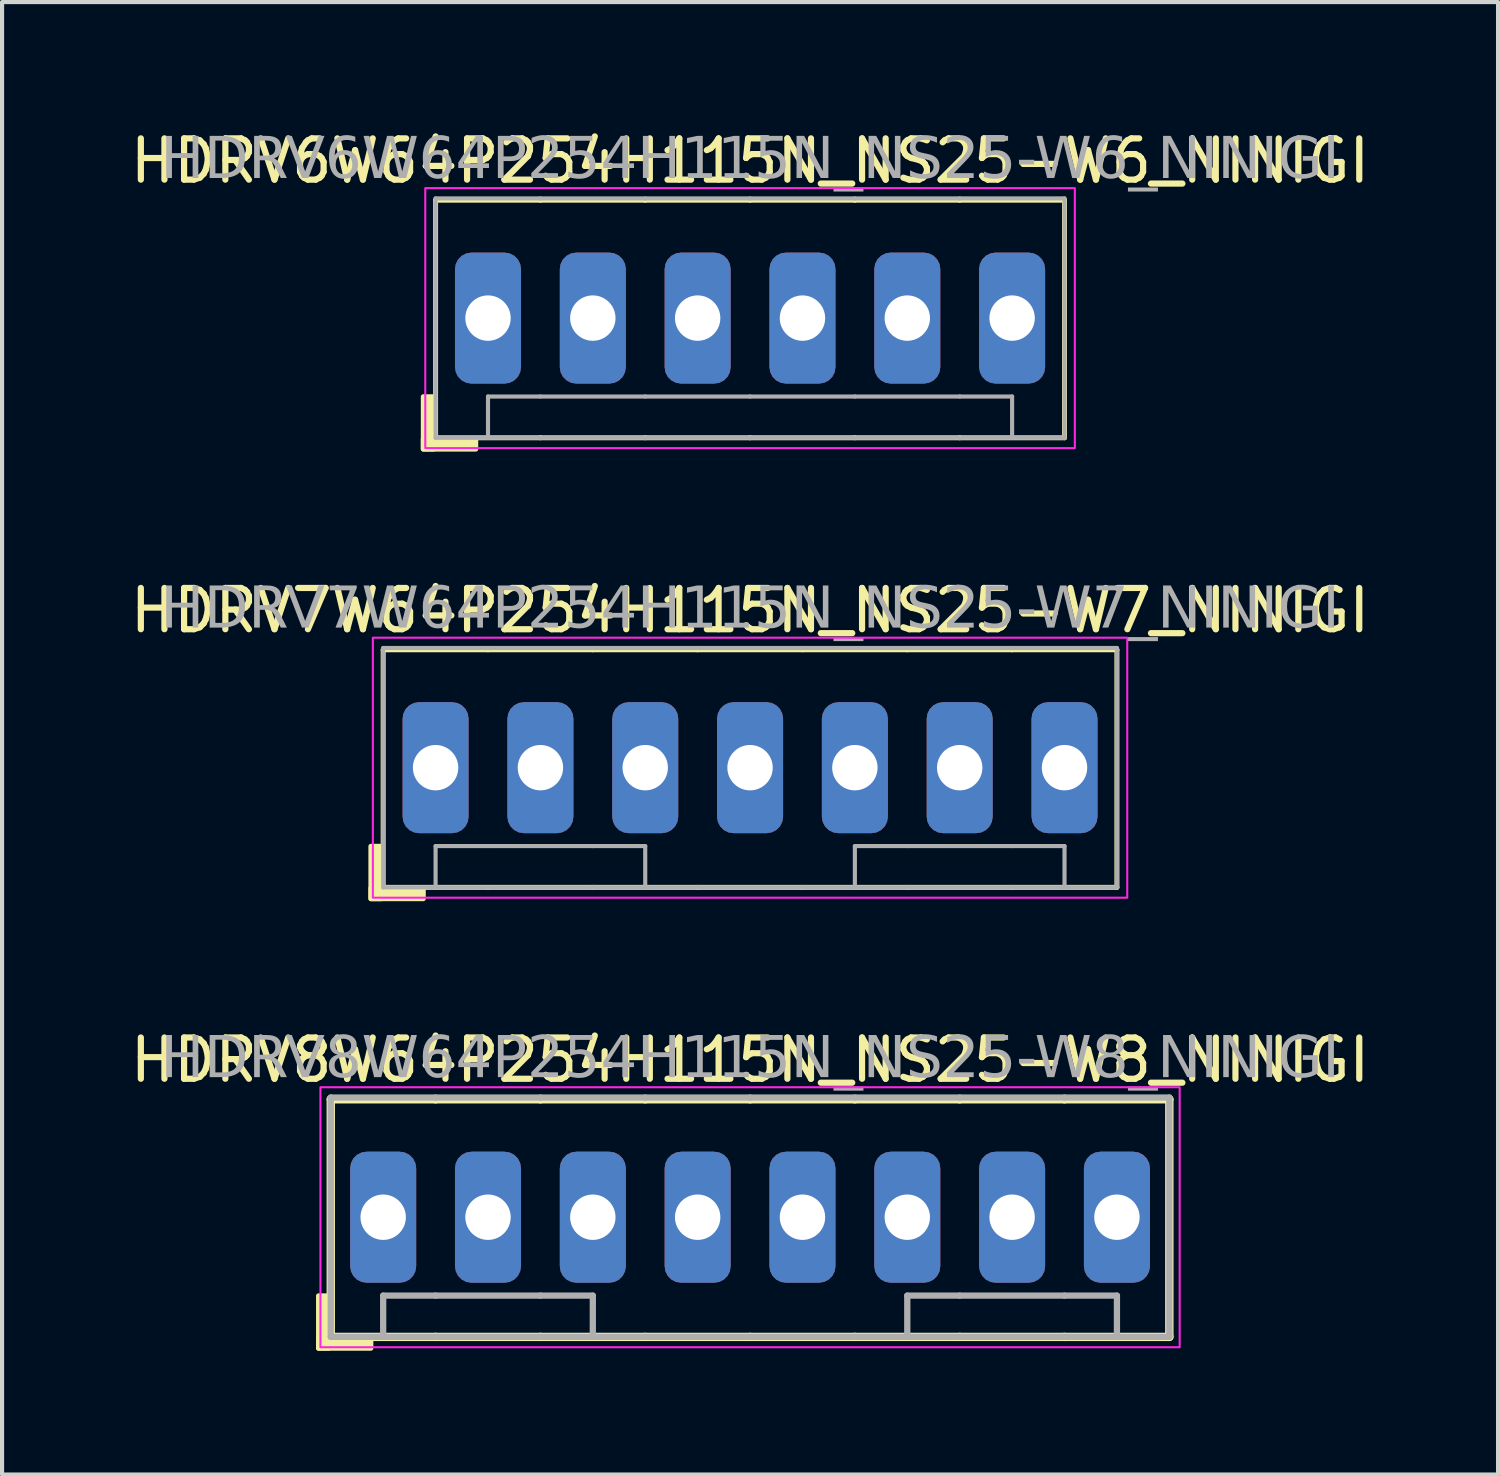
<source format=kicad_pcb>
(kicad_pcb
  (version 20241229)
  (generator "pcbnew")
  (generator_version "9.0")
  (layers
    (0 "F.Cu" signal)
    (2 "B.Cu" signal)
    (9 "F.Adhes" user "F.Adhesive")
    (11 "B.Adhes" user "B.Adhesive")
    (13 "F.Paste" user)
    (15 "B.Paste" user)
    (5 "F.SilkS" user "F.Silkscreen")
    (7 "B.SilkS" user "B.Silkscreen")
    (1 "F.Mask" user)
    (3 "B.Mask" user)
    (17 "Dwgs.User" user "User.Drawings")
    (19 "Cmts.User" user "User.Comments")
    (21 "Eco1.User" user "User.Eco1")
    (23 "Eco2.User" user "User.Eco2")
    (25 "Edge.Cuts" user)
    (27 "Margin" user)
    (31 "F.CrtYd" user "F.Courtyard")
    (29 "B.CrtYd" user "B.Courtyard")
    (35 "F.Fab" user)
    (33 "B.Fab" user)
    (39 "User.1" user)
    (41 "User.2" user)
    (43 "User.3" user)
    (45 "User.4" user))
  (footprint "HDRV6W64P254H115N_NS25-W6_NINIGI"
    (layer "F.Cu")
    (at 15.125 4.658)
    (property "Reference" "HDRV6W64P254H115N_NS25-W6_NINIGI" (at 0 -3.81 0) (layer "F.SilkS") (effects (font (size 1 1) (thickness 0.15))))
    (attr through_hole)
    (fp_line (start -7.62 -2.857) (end -5.08 -2.857) (stroke (width 0.12) (type solid)) (layer "F.SilkS"))
    (fp_line (start -7.62 2.9) (end -7.62 -2.857) (stroke (width 0.12) (type solid)) (layer "F.SilkS"))
    (fp_line (start -5.08 -2.857) (end -2.54 -2.857) (stroke (width 0.12) (type solid)) (layer "F.SilkS"))
    (fp_line (start -5.08 2.9) (end -7.62 2.9) (stroke (width 0.12) (type solid)) (layer "F.SilkS"))
    (fp_line (start -2.54 -2.857) (end 0 -2.857) (stroke (width 0.12) (type solid)) (layer "F.SilkS"))
    (fp_line (start -2.54 2.9) (end -5.08 2.9) (stroke (width 0.12) (type solid)) (layer "F.SilkS"))
    (fp_line (start 0 -2.857) (end 2.54 -2.857) (stroke (width 0.12) (type solid)) (layer "F.SilkS"))
    (fp_line (start 0 2.9) (end -2.54 2.9) (stroke (width 0.12) (type solid)) (layer "F.SilkS"))
    (fp_line (start 2.54 -2.857) (end 5.08 -2.857) (stroke (width 0.12) (type solid)) (layer "F.SilkS"))
    (fp_line (start 2.54 2.9) (end 0 2.9) (stroke (width 0.12) (type solid)) (layer "F.SilkS"))
    (fp_line (start 5.08 -2.857) (end 7.62 -2.857) (stroke (width 0.12) (type solid)) (layer "F.SilkS"))
    (fp_line (start 5.08 2.9) (end 2.54 2.9) (stroke (width 0.12) (type solid)) (layer "F.SilkS"))
    (fp_line (start 7.62 2.9) (end 5.08 2.9) (stroke (width 0.12) (type solid)) (layer "F.SilkS"))
    (fp_line (start 7.62 2.9) (end 7.62 -2.857) (stroke (width 0.12) (type solid)) (layer "F.SilkS"))
    (fp_rect (start -7.663 1.905) (end -7.918 3.175) (stroke (width 0.12) (type solid)) (fill yes) (layer "F.SilkS"))
    (fp_rect (start -6.647 3.175) (end -7.918 2.921) (stroke (width 0.12) (type solid)) (fill yes) (layer "F.SilkS"))
    (fp_rect (start -7.87 -3.15) (end 7.87 3.15) (stroke (width 0.05) (type default)) (fill no) (layer "F.CrtYd"))
    (fp_line (start -7.62 -2.9) (end -7.62 2.9) (stroke (width 0.1) (type solid)) (layer "F.Fab"))
    (fp_line (start -6.35 2.9) (end -6.35 1.9) (stroke (width 0.1) (type solid)) (layer "F.Fab"))
    (fp_line (start -5.08 -2.9) (end -7.62 -2.9) (stroke (width 0.1) (type solid)) (layer "F.Fab"))
    (fp_line (start -5.08 1.9) (end -6.35 1.9) (stroke (width 0.1) (type solid)) (layer "F.Fab"))
    (fp_line (start -5.08 2.9) (end -7.62 2.9) (stroke (width 0.1) (type solid)) (layer "F.Fab"))
    (fp_line (start -2.54 -2.9) (end -5.08 -2.9) (stroke (width 0.1) (type solid)) (layer "F.Fab"))
    (fp_line (start -2.54 1.9) (end -5.08 1.9) (stroke (width 0.1) (type solid)) (layer "F.Fab"))
    (fp_line (start -2.54 2.9) (end -5.08 2.9) (stroke (width 0.1) (type solid)) (layer "F.Fab"))
    (fp_line (start 0 -2.9) (end -2.54 -2.9) (stroke (width 0.1) (type solid)) (layer "F.Fab"))
    (fp_line (start 0 1.9) (end -2.54 1.9) (stroke (width 0.1) (type solid)) (layer "F.Fab"))
    (fp_line (start 0 2.9) (end -2.54 2.9) (stroke (width 0.1) (type solid)) (layer "F.Fab"))
    (fp_line (start 2.54 -2.9) (end 0 -2.9) (stroke (width 0.1) (type solid)) (layer "F.Fab"))
    (fp_line (start 2.54 1.9) (end 0 1.9) (stroke (width 0.1) (type solid)) (layer "F.Fab"))
    (fp_line (start 2.54 2.9) (end 0 2.9) (stroke (width 0.1) (type solid)) (layer "F.Fab"))
    (fp_line (start 5.08 -2.9) (end 2.54 -2.9) (stroke (width 0.1) (type solid)) (layer "F.Fab"))
    (fp_line (start 5.08 1.9) (end 2.54 1.9) (stroke (width 0.1) (type solid)) (layer "F.Fab"))
    (fp_line (start 5.08 2.9) (end 2.54 2.9) (stroke (width 0.1) (type solid)) (layer "F.Fab"))
    (fp_line (start 6.35 1.9) (end 5.08 1.9) (stroke (width 0.1) (type solid)) (layer "F.Fab"))
    (fp_line (start 6.35 1.9) (end 6.35 2.9) (stroke (width 0.1) (type solid)) (layer "F.Fab"))
    (fp_line (start 7.62 -2.9) (end 5.08 -2.9) (stroke (width 0.1) (type solid)) (layer "F.Fab"))
    (fp_line (start 7.62 -2.9) (end 7.62 2.9) (stroke (width 0.1) (type solid)) (layer "F.Fab"))
    (fp_line (start 7.62 2.9) (end 5.08 2.9) (stroke (width 0.1) (type solid)) (layer "F.Fab"))
    (fp_rect (start -6.67 -0.32) (end -6.03 0.32) (stroke (width 0.01) (type solid)) (fill no) (layer "F.Fab"))
    (fp_rect (start -3.49 -0.32) (end -4.13 0.32) (stroke (width 0.01) (type solid)) (fill no) (layer "F.Fab"))
    (fp_rect (start -0.95 -0.32) (end -1.59 0.32) (stroke (width 0.01) (type solid)) (fill no) (layer "F.Fab"))
    (fp_rect (start 1.59 -0.32) (end 0.95 0.32) (stroke (width 0.01) (type solid)) (fill no) (layer "F.Fab"))
    (fp_rect (start 4.13 -0.32) (end 3.49 0.32) (stroke (width 0.01) (type solid)) (fill no) (layer "F.Fab"))
    (fp_rect (start 6.67 -0.32) (end 6.03 0.32) (stroke (width 0.01) (type solid)) (fill no) (layer "F.Fab"))
    (fp_text user "${REFERENCE}" (at 0 -3.81 0) (layer "F.Fab") (effects (font (face "Tahoma") (size 1 1) (thickness 0.15))))
    (pad "1" thru_hole roundrect (at -6.35 0) (size 1.6 3.175) (drill 1.1) (layers "*.Cu" "*.Mask") (roundrect_rratio 0.25))
    (pad "2" thru_hole roundrect (at -3.81 0) (size 1.6 3.175) (drill 1.1) (layers "*.Cu" "*.Mask") (roundrect_rratio 0.25))
    (pad "3" thru_hole roundrect (at -1.27 0) (size 1.6 3.175) (drill 1.1) (layers "*.Cu" "*.Mask") (roundrect_rratio 0.25))
    (pad "4" thru_hole roundrect (at 1.27 0) (size 1.6 3.175) (drill 1.1) (layers "*.Cu" "*.Mask") (roundrect_rratio 0.25))
    (pad "5" thru_hole roundrect (at 3.81 0) (size 1.6 3.175) (drill 1.1) (layers "*.Cu" "*.Mask") (roundrect_rratio 0.25))
    (pad "6" thru_hole roundrect (at 6.35 0) (size 1.6 3.175) (drill 1.1) (layers "*.Cu" "*.Mask") (roundrect_rratio 0.25)))
  (footprint "HDRV7W64P254H115N_NS25-W7_NINIGI"
    (layer "F.Cu")
    (at 15.125 15.552)
    (property "Reference" "HDRV7W64P254H115N_NS25-W7_NINIGI" (at 0 -3.81 0) (layer "F.SilkS") (effects (font (size 1 1) (thickness 0.15))))
    (attr through_hole)
    (fp_line (start -8.89 -2.857) (end -6.35 -2.857) (stroke (width 0.12) (type solid)) (layer "F.SilkS"))
    (fp_line (start -8.89 2.9) (end -8.89 -2.857) (stroke (width 0.12) (type solid)) (layer "F.SilkS"))
    (fp_line (start -6.35 -2.857) (end -3.81 -2.857) (stroke (width 0.12) (type solid)) (layer "F.SilkS"))
    (fp_line (start -6.35 2.9) (end -8.89 2.9) (stroke (width 0.12) (type solid)) (layer "F.SilkS"))
    (fp_line (start -3.81 -2.857) (end -1.27 -2.857) (stroke (width 0.12) (type solid)) (layer "F.SilkS"))
    (fp_line (start -3.81 2.9) (end -6.35 2.9) (stroke (width 0.12) (type solid)) (layer "F.SilkS"))
    (fp_line (start -1.27 -2.857) (end 1.27 -2.857) (stroke (width 0.12) (type solid)) (layer "F.SilkS"))
    (fp_line (start -1.27 2.9) (end -3.81 2.9) (stroke (width 0.12) (type solid)) (layer "F.SilkS"))
    (fp_line (start 1.27 -2.857) (end 3.81 -2.857) (stroke (width 0.12) (type solid)) (layer "F.SilkS"))
    (fp_line (start 1.27 2.9) (end -1.27 2.9) (stroke (width 0.12) (type solid)) (layer "F.SilkS"))
    (fp_line (start 3.81 -2.857) (end 6.35 -2.857) (stroke (width 0.12) (type solid)) (layer "F.SilkS"))
    (fp_line (start 3.81 2.9) (end 1.27 2.9) (stroke (width 0.12) (type solid)) (layer "F.SilkS"))
    (fp_line (start 6.35 -2.857) (end 8.89 -2.857) (stroke (width 0.12) (type solid)) (layer "F.SilkS"))
    (fp_line (start 6.35 2.9) (end 3.81 2.9) (stroke (width 0.12) (type solid)) (layer "F.SilkS"))
    (fp_line (start 8.89 2.9) (end 6.35 2.9) (stroke (width 0.12) (type solid)) (layer "F.SilkS"))
    (fp_line (start 8.89 2.9) (end 8.89 -2.857) (stroke (width 0.12) (type solid)) (layer "F.SilkS"))
    (fp_rect (start -8.934 1.905) (end -9.188 3.175) (stroke (width 0.12) (type solid)) (fill yes) (layer "F.SilkS"))
    (fp_rect (start -7.918 3.175) (end -9.188 2.921) (stroke (width 0.12) (type solid)) (fill yes) (layer "F.SilkS"))
    (fp_rect (start -9.14 -3.15) (end 9.14 3.15) (stroke (width 0.05) (type default)) (fill no) (layer "F.CrtYd"))
    (fp_line (start -8.89 -2.9) (end -8.89 2.9) (stroke (width 0.1) (type solid)) (layer "F.Fab"))
    (fp_line (start -7.62 2.9) (end -7.62 1.9) (stroke (width 0.1) (type solid)) (layer "F.Fab"))
    (fp_line (start -6.35 -2.9) (end -8.89 -2.9) (stroke (width 0.1) (type solid)) (layer "F.Fab"))
    (fp_line (start -6.35 1.9) (end -7.62 1.9) (stroke (width 0.1) (type solid)) (layer "F.Fab"))
    (fp_line (start -6.35 2.9) (end -8.89 2.9) (stroke (width 0.1) (type solid)) (layer "F.Fab"))
    (fp_line (start -3.81 -2.9) (end -6.35 -2.9) (stroke (width 0.1) (type solid)) (layer "F.Fab"))
    (fp_line (start -3.81 1.9) (end -6.35 1.9) (stroke (width 0.1) (type solid)) (layer "F.Fab"))
    (fp_line (start -3.81 2.9) (end -6.35 2.9) (stroke (width 0.1) (type solid)) (layer "F.Fab"))
    (fp_line (start -2.54 1.9) (end -3.81 1.9) (stroke (width 0.1) (type solid)) (layer "F.Fab"))
    (fp_line (start -2.54 2.9) (end -2.54 1.9) (stroke (width 0.1) (type solid)) (layer "F.Fab"))
    (fp_line (start -1.27 -2.9) (end -3.81 -2.9) (stroke (width 0.1) (type solid)) (layer "F.Fab"))
    (fp_line (start -1.27 2.9) (end -3.81 2.9) (stroke (width 0.1) (type solid)) (layer "F.Fab"))
    (fp_line (start 1.27 -2.9) (end -1.27 -2.9) (stroke (width 0.1) (type solid)) (layer "F.Fab"))
    (fp_line (start 1.27 2.9) (end -1.27 2.9) (stroke (width 0.1) (type solid)) (layer "F.Fab"))
    (fp_line (start 2.54 1.9) (end 2.54 2.9) (stroke (width 0.1) (type solid)) (layer "F.Fab"))
    (fp_line (start 3.81 -2.9) (end 1.27 -2.9) (stroke (width 0.1) (type solid)) (layer "F.Fab"))
    (fp_line (start 3.81 1.9) (end 2.54 1.9) (stroke (width 0.1) (type solid)) (layer "F.Fab"))
    (fp_line (start 3.81 2.9) (end 1.27 2.9) (stroke (width 0.1) (type solid)) (layer "F.Fab"))
    (fp_line (start 6.35 -2.9) (end 3.81 -2.9) (stroke (width 0.1) (type solid)) (layer "F.Fab"))
    (fp_line (start 6.35 1.9) (end 3.81 1.9) (stroke (width 0.1) (type solid)) (layer "F.Fab"))
    (fp_line (start 6.35 2.9) (end 3.81 2.9) (stroke (width 0.1) (type solid)) (layer "F.Fab"))
    (fp_line (start 7.62 1.9) (end 6.35 1.9) (stroke (width 0.1) (type solid)) (layer "F.Fab"))
    (fp_line (start 7.62 1.9) (end 7.62 2.9) (stroke (width 0.1) (type solid)) (layer "F.Fab"))
    (fp_line (start 8.89 -2.9) (end 6.35 -2.9) (stroke (width 0.1) (type solid)) (layer "F.Fab"))
    (fp_line (start 8.89 -2.9) (end 8.89 2.9) (stroke (width 0.1) (type solid)) (layer "F.Fab"))
    (fp_line (start 8.89 2.9) (end 6.35 2.9) (stroke (width 0.1) (type solid)) (layer "F.Fab"))
    (fp_rect (start -7.94 -0.32) (end -7.3 0.32) (stroke (width 0.01) (type solid)) (fill no) (layer "F.Fab"))
    (fp_rect (start -4.76 -0.32) (end -5.4 0.32) (stroke (width 0.01) (type solid)) (fill no) (layer "F.Fab"))
    (fp_rect (start -2.22 -0.32) (end -2.86 0.32) (stroke (width 0.01) (type solid)) (fill no) (layer "F.Fab"))
    (fp_rect (start 0.32 -0.32) (end -0.32 0.32) (stroke (width 0.01) (type solid)) (fill no) (layer "F.Fab"))
    (fp_rect (start 2.86 -0.32) (end 2.22 0.32) (stroke (width 0.01) (type solid)) (fill no) (layer "F.Fab"))
    (fp_rect (start 5.4 -0.32) (end 4.76 0.32) (stroke (width 0.01) (type solid)) (fill no) (layer "F.Fab"))
    (fp_rect (start 7.94 -0.32) (end 7.3 0.32) (stroke (width 0.01) (type solid)) (fill no) (layer "F.Fab"))
    (fp_text user "${REFERENCE}" (at 0 -3.81 0) (layer "F.Fab") (effects (font (face "Tahoma") (size 1 1) (thickness 0.15))))
    (pad "1" thru_hole roundrect (at -7.62 0) (size 1.6 3.175) (drill 1.1) (layers "*.Cu" "*.Mask") (roundrect_rratio 0.25))
    (pad "2" thru_hole roundrect (at -5.08 0) (size 1.6 3.175) (drill 1.1) (layers "*.Cu" "*.Mask") (roundrect_rratio 0.25))
    (pad "3" thru_hole roundrect (at -2.54 0) (size 1.6 3.175) (drill 1.1) (layers "*.Cu" "*.Mask") (roundrect_rratio 0.25))
    (pad "4" thru_hole roundrect (at 0 0) (size 1.6 3.175) (drill 1.1) (layers "*.Cu" "*.Mask") (roundrect_rratio 0.25))
    (pad "5" thru_hole roundrect (at 2.54 0) (size 1.6 3.175) (drill 1.1) (layers "*.Cu" "*.Mask") (roundrect_rratio 0.25))
    (pad "6" thru_hole roundrect (at 5.08 0) (size 1.6 3.175) (drill 1.1) (layers "*.Cu" "*.Mask") (roundrect_rratio 0.25))
    (pad "7" thru_hole roundrect (at 7.62 0) (size 1.6 3.175) (drill 1.1) (layers "*.Cu" "*.Mask") (roundrect_rratio 0.25)))
  (footprint "HDRV8W64P254H115N_NS25-W8_NINIGI"
    (layer "F.Cu")
    (at 15.125 26.445)
    (property "Reference" "HDRV8W64P254H115N_NS25-W8_NINIGI" (at 0 -3.81 0) (layer "F.SilkS") (effects (font (size 1 1) (thickness 0.15))))
    (attr through_hole)
    (fp_line (start -10.16 -2.857) (end -7.62 -2.857) (stroke (width 0.203) (type solid)) (layer "F.SilkS"))
    (fp_line (start -10.16 2.9) (end -10.16 -2.857) (stroke (width 0.203) (type solid)) (layer "F.SilkS"))
    (fp_line (start -7.62 -2.857) (end -5.08 -2.857) (stroke (width 0.203) (type solid)) (layer "F.SilkS"))
    (fp_line (start -7.62 2.9) (end -10.16 2.9) (stroke (width 0.203) (type solid)) (layer "F.SilkS"))
    (fp_line (start -5.08 -2.857) (end -2.54 -2.857) (stroke (width 0.203) (type solid)) (layer "F.SilkS"))
    (fp_line (start -5.08 2.9) (end -7.62 2.9) (stroke (width 0.203) (type solid)) (layer "F.SilkS"))
    (fp_line (start -2.54 -2.857) (end 0 -2.857) (stroke (width 0.203) (type solid)) (layer "F.SilkS"))
    (fp_line (start -2.54 2.9) (end -5.08 2.9) (stroke (width 0.203) (type solid)) (layer "F.SilkS"))
    (fp_line (start 0 -2.857) (end 2.54 -2.857) (stroke (width 0.203) (type solid)) (layer "F.SilkS"))
    (fp_line (start 0 2.9) (end -2.54 2.9) (stroke (width 0.203) (type solid)) (layer "F.SilkS"))
    (fp_line (start 2.54 -2.857) (end 5.08 -2.857) (stroke (width 0.203) (type solid)) (layer "F.SilkS"))
    (fp_line (start 2.54 2.9) (end 0 2.9) (stroke (width 0.203) (type solid)) (layer "F.SilkS"))
    (fp_line (start 5.08 -2.857) (end 7.62 -2.857) (stroke (width 0.203) (type solid)) (layer "F.SilkS"))
    (fp_line (start 5.08 2.9) (end 2.54 2.9) (stroke (width 0.203) (type solid)) (layer "F.SilkS"))
    (fp_line (start 7.62 -2.857) (end 10.16 -2.857) (stroke (width 0.203) (type solid)) (layer "F.SilkS"))
    (fp_line (start 7.62 2.9) (end 5.08 2.9) (stroke (width 0.203) (type solid)) (layer "F.SilkS"))
    (fp_line (start 10.16 2.9) (end 7.62 2.9) (stroke (width 0.203) (type solid)) (layer "F.SilkS"))
    (fp_line (start 10.16 2.9) (end 10.16 -2.857) (stroke (width 0.203) (type solid)) (layer "F.SilkS"))
    (fp_rect (start -10.204 1.905) (end -10.457 3.175) (stroke (width 0.12) (type solid)) (fill yes) (layer "F.SilkS"))
    (fp_rect (start -9.188 3.175) (end -10.457 2.921) (stroke (width 0.12) (type solid)) (fill yes) (layer "F.SilkS"))
    (fp_rect (start -10.41 -3.15) (end 10.41 3.15) (stroke (width 0.05) (type default)) (fill no) (layer "F.CrtYd"))
    (fp_line (start -10.16 -2.9) (end -10.16 2.9) (stroke (width 0.152) (type solid)) (layer "F.Fab"))
    (fp_line (start -8.89 2.9) (end -8.89 1.9) (stroke (width 0.152) (type solid)) (layer "F.Fab"))
    (fp_line (start -7.62 -2.9) (end -10.16 -2.9) (stroke (width 0.152) (type solid)) (layer "F.Fab"))
    (fp_line (start -7.62 1.9) (end -8.89 1.9) (stroke (width 0.152) (type solid)) (layer "F.Fab"))
    (fp_line (start -7.62 2.9) (end -10.16 2.9) (stroke (width 0.152) (type solid)) (layer "F.Fab"))
    (fp_line (start -5.08 -2.9) (end -7.62 -2.9) (stroke (width 0.152) (type solid)) (layer "F.Fab"))
    (fp_line (start -5.08 1.9) (end -7.62 1.9) (stroke (width 0.152) (type solid)) (layer "F.Fab"))
    (fp_line (start -5.08 2.9) (end -7.62 2.9) (stroke (width 0.152) (type solid)) (layer "F.Fab"))
    (fp_line (start -3.81 1.9) (end -5.08 1.9) (stroke (width 0.152) (type solid)) (layer "F.Fab"))
    (fp_line (start -3.81 2.9) (end -3.81 1.9) (stroke (width 0.152) (type solid)) (layer "F.Fab"))
    (fp_line (start -2.54 -2.9) (end -5.08 -2.9) (stroke (width 0.152) (type solid)) (layer "F.Fab"))
    (fp_line (start -2.54 2.9) (end -5.08 2.9) (stroke (width 0.152) (type solid)) (layer "F.Fab"))
    (fp_line (start 0 -2.9) (end -2.54 -2.9) (stroke (width 0.152) (type solid)) (layer "F.Fab"))
    (fp_line (start 0 2.9) (end -2.54 2.9) (stroke (width 0.152) (type solid)) (layer "F.Fab"))
    (fp_line (start 2.54 -2.9) (end 0 -2.9) (stroke (width 0.152) (type solid)) (layer "F.Fab"))
    (fp_line (start 2.54 2.9) (end 0 2.9) (stroke (width 0.152) (type solid)) (layer "F.Fab"))
    (fp_line (start 3.81 1.9) (end 3.81 2.9) (stroke (width 0.152) (type solid)) (layer "F.Fab"))
    (fp_line (start 5.08 -2.9) (end 2.54 -2.9) (stroke (width 0.152) (type solid)) (layer "F.Fab"))
    (fp_line (start 5.08 1.9) (end 3.81 1.9) (stroke (width 0.152) (type solid)) (layer "F.Fab"))
    (fp_line (start 5.08 2.9) (end 2.54 2.9) (stroke (width 0.152) (type solid)) (layer "F.Fab"))
    (fp_line (start 7.62 -2.9) (end 5.08 -2.9) (stroke (width 0.152) (type solid)) (layer "F.Fab"))
    (fp_line (start 7.62 1.9) (end 5.08 1.9) (stroke (width 0.152) (type solid)) (layer "F.Fab"))
    (fp_line (start 7.62 2.9) (end 5.08 2.9) (stroke (width 0.152) (type solid)) (layer "F.Fab"))
    (fp_line (start 8.89 1.9) (end 7.62 1.9) (stroke (width 0.152) (type solid)) (layer "F.Fab"))
    (fp_line (start 8.89 1.9) (end 8.89 2.9) (stroke (width 0.152) (type solid)) (layer "F.Fab"))
    (fp_line (start 10.16 -2.9) (end 7.62 -2.9) (stroke (width 0.152) (type solid)) (layer "F.Fab"))
    (fp_line (start 10.16 -2.9) (end 10.16 2.9) (stroke (width 0.152) (type solid)) (layer "F.Fab"))
    (fp_line (start 10.16 2.9) (end 7.62 2.9) (stroke (width 0.152) (type solid)) (layer "F.Fab"))
    (fp_rect (start -9.21 -0.32) (end -8.57 0.32) (stroke (width 0.01) (type solid)) (fill no) (layer "F.Fab"))
    (fp_rect (start -6.03 -0.32) (end -6.67 0.32) (stroke (width 0.01) (type solid)) (fill no) (layer "F.Fab"))
    (fp_rect (start -3.49 -0.32) (end -4.13 0.32) (stroke (width 0.01) (type solid)) (fill no) (layer "F.Fab"))
    (fp_rect (start -0.95 -0.32) (end -1.59 0.32) (stroke (width 0.01) (type solid)) (fill no) (layer "F.Fab"))
    (fp_rect (start 1.59 -0.32) (end 0.95 0.32) (stroke (width 0.01) (type solid)) (fill no) (layer "F.Fab"))
    (fp_rect (start 4.13 -0.32) (end 3.49 0.32) (stroke (width 0.01) (type solid)) (fill no) (layer "F.Fab"))
    (fp_rect (start 6.67 -0.32) (end 6.03 0.32) (stroke (width 0.01) (type solid)) (fill no) (layer "F.Fab"))
    (fp_rect (start 9.21 -0.32) (end 8.57 0.32) (stroke (width 0.01) (type solid)) (fill no) (layer "F.Fab"))
    (fp_text user "${REFERENCE}" (at 0 -3.81 0) (layer "F.Fab") (effects (font (face "Tahoma") (size 1 1) (thickness 0.15))))
    (pad "1" thru_hole roundrect (at -8.89 0) (size 1.6 3.175) (drill 1.1) (layers "*.Cu" "*.Mask") (roundrect_rratio 0.25))
    (pad "2" thru_hole roundrect (at -6.35 0) (size 1.6 3.175) (drill 1.1) (layers "*.Cu" "*.Mask") (roundrect_rratio 0.25))
    (pad "3" thru_hole roundrect (at -3.81 0) (size 1.6 3.175) (drill 1.1) (layers "*.Cu" "*.Mask") (roundrect_rratio 0.25))
    (pad "4" thru_hole roundrect (at -1.27 0) (size 1.6 3.175) (drill 1.1) (layers "*.Cu" "*.Mask") (roundrect_rratio 0.25))
    (pad "5" thru_hole roundrect (at 1.27 0) (size 1.6 3.175) (drill 1.1) (layers "*.Cu" "*.Mask") (roundrect_rratio 0.25))
    (pad "6" thru_hole roundrect (at 3.81 0) (size 1.6 3.175) (drill 1.1) (layers "*.Cu" "*.Mask") (roundrect_rratio 0.25))
    (pad "7" thru_hole roundrect (at 6.35 0) (size 1.6 3.175) (drill 1.1) (layers "*.Cu" "*.Mask") (roundrect_rratio 0.25))
    (pad "8" thru_hole roundrect (at 8.89 0) (size 1.6 3.175) (drill 1.1) (layers "*.Cu" "*.Mask") (roundrect_rratio 0.25)))
  (gr_rect
    (start -3 -3)
    (end 33.25 32.68)
    (stroke (width 0.1) (type default))
    (fill no)
    (layer "Edge.Cuts")))
</source>
